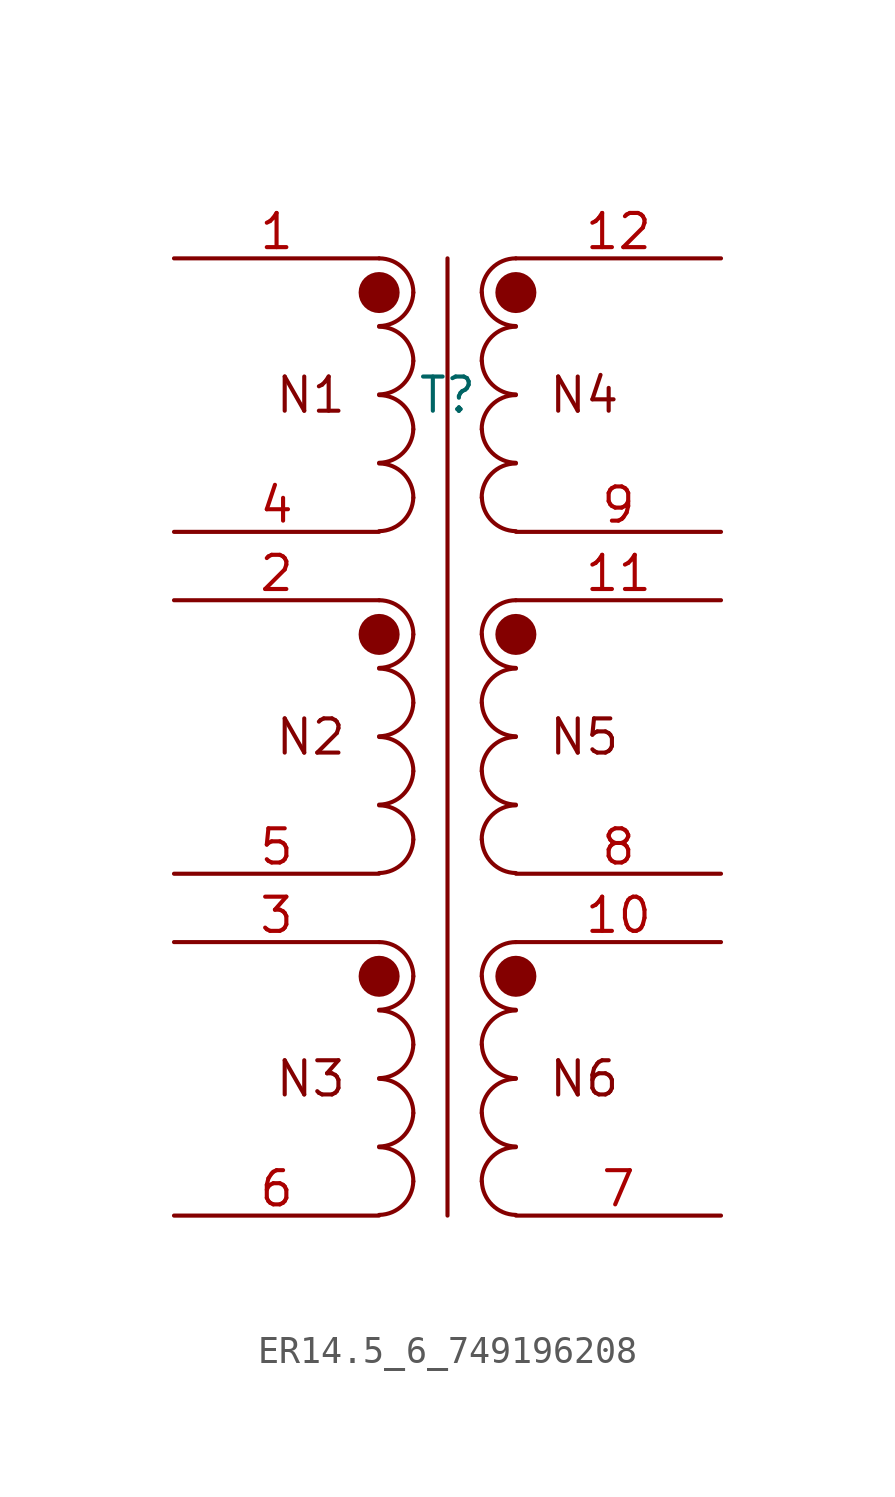
<source format=kicad_sym>
(kicad_symbol_lib
  (version 20220914)
  (generator kicad_symbol_editor)
  (symbol "ER14.5_6_749196208"
    (pin_names hide)
    (property "Reference" "T"
      (at 0 12.7 0)
      (effects (font (size 1.27 1.27))))
    (property "Critical Parameter" ""
      (at 0 -5.08 0)
      (effects (font (size 1.27 1.27)) (justify left)))
    (symbol "ER14.5_6_749196208_0_1"
      (arc (start -2.54 -17.7546) (mid -1.6561 -17.3863) (end -1.27 -16.51) (stroke (width 0) (type default)) (fill (type none)))
      (arc (start -2.54 -15.2146) (mid -1.6561 -14.8463) (end -1.27 -13.97) (stroke (width 0) (type default)) (fill (type none)))
      (arc (start -2.54 -12.6746) (mid -1.6561 -12.3063) (end -1.27 -11.43) (stroke (width 0) (type default)) (fill (type none)))
      (arc (start -2.54 -10.1346) (mid -1.6561 -9.7663) (end -1.27 -8.89) (stroke (width 0) (type default)) (fill (type none)))
      (arc (start -2.54 -5.0546) (mid -1.6561 -4.6863) (end -1.27 -3.81) (stroke (width 0) (type default)) (fill (type none)))
      (arc (start -2.54 -2.5146) (mid -1.6561 -2.1463) (end -1.27 -1.27) (stroke (width 0) (type default)) (fill (type none)))
      (arc (start -2.54 0.0254) (mid -1.6561 0.3937) (end -1.27 1.27) (stroke (width 0) (type default)) (fill (type none)))
      (arc (start -2.54 2.5654) (mid -1.6561 2.9337) (end -1.27 3.81) (stroke (width 0) (type default)) (fill (type none)))
      (arc (start -2.54 7.6454) (mid -1.6561 8.0137) (end -1.27 8.89) (stroke (width 0) (type default)) (fill (type none)))
      (arc (start -2.54 10.1854) (mid -1.6561 10.5537) (end -1.27 11.43) (stroke (width 0) (type default)) (fill (type none)))
      (arc (start -2.54 12.7254) (mid -1.6561 13.0937) (end -1.27 13.97) (stroke (width 0) (type default)) (fill (type none)))
      (arc (start -2.54 15.2654) (mid -1.6561 15.6337) (end -1.27 16.51) (stroke (width 0) (type default)) (fill (type none)))
      (arc (start -1.27 -16.51) (mid -1.642 -15.612) (end -2.54 -15.24) (stroke (width 0) (type default)) (fill (type none)))
      (arc (start -1.27 -13.97) (mid -1.642 -13.072) (end -2.54 -12.7) (stroke (width 0) (type default)) (fill (type none)))
      (arc (start -1.27 -11.43) (mid -1.642 -10.532) (end -2.54 -10.16) (stroke (width 0) (type default)) (fill (type none)))
      (arc (start -1.27 -8.89) (mid -1.642 -7.992) (end -2.54 -7.62) (stroke (width 0) (type default)) (fill (type none)))
      (arc (start -1.27 -3.81) (mid -1.642 -2.912) (end -2.54 -2.54) (stroke (width 0) (type default)) (fill (type none)))
      (arc (start -1.27 -1.27) (mid -1.642 -0.372) (end -2.54 0) (stroke (width 0) (type default)) (fill (type none)))
      (arc (start -1.27 1.27) (mid -1.642 2.168) (end -2.54 2.54) (stroke (width 0) (type default)) (fill (type none)))
      (arc (start -1.27 3.81) (mid -1.642 4.708) (end -2.54 5.08) (stroke (width 0) (type default)) (fill (type none)))
      (arc (start -1.27 8.89) (mid -1.642 9.788) (end -2.54 10.16) (stroke (width 0) (type default)) (fill (type none)))
      (arc (start -1.27 11.43) (mid -1.642 12.328) (end -2.54 12.7) (stroke (width 0) (type default)) (fill (type none)))
      (arc (start -1.27 13.97) (mid -1.642 14.868) (end -2.54 15.24) (stroke (width 0) (type default)) (fill (type none)))
      (arc (start -1.27 16.51) (mid -1.642 17.408) (end -2.54 17.78) (stroke (width 0) (type default)) (fill (type none)))
      (polyline (pts (xy 0 -17.78) (xy 0 17.78)) (stroke (width 0) (type default)) (fill (type none)))
      (arc (start 1.27 -16.51) (mid 1.6561 -17.3863) (end 2.54 -17.7546) (stroke (width 0) (type default)) (fill (type none)))
      (arc (start 1.27 -13.97) (mid 1.6561 -14.8463) (end 2.54 -15.2146) (stroke (width 0) (type default)) (fill (type none)))
      (arc (start 1.27 -11.43) (mid 1.6561 -12.3063) (end 2.54 -12.6746) (stroke (width 0) (type default)) (fill (type none)))
      (arc (start 1.27 -8.89) (mid 1.6561 -9.7663) (end 2.54 -10.1346) (stroke (width 0) (type default)) (fill (type none)))
      (arc (start 1.27 -3.81) (mid 1.6561 -4.6863) (end 2.54 -5.0546) (stroke (width 0) (type default)) (fill (type none)))
      (arc (start 1.27 -1.27) (mid 1.6561 -2.1463) (end 2.54 -2.5146) (stroke (width 0) (type default)) (fill (type none)))
      (arc (start 1.27 1.27) (mid 1.6561 0.3937) (end 2.54 0.0254) (stroke (width 0) (type default)) (fill (type none)))
      (arc (start 1.27 3.81) (mid 1.6561 2.9337) (end 2.54 2.5654) (stroke (width 0) (type default)) (fill (type none)))
      (arc (start 1.27 8.89) (mid 1.6561 8.0137) (end 2.54 7.6454) (stroke (width 0) (type default)) (fill (type none)))
      (arc (start 1.27 11.43) (mid 1.6561 10.5537) (end 2.54 10.1854) (stroke (width 0) (type default)) (fill (type none)))
      (arc (start 1.27 13.97) (mid 1.6561 13.0937) (end 2.54 12.7254) (stroke (width 0) (type default)) (fill (type none)))
      (arc (start 1.27 16.51) (mid 1.6561 15.6337) (end 2.54 15.2654) (stroke (width 0) (type default)) (fill (type none)))
      (arc (start 2.54 -15.24) (mid 1.642 -15.612) (end 1.27 -16.51) (stroke (width 0) (type default)) (fill (type none)))
      (arc (start 2.54 -12.7) (mid 1.642 -13.072) (end 1.27 -13.97) (stroke (width 0) (type default)) (fill (type none)))
      (arc (start 2.54 -10.16) (mid 1.642 -10.532) (end 1.27 -11.43) (stroke (width 0) (type default)) (fill (type none)))
      (arc (start 2.54 -7.62) (mid 1.642 -7.992) (end 1.27 -8.89) (stroke (width 0) (type default)) (fill (type none)))
      (arc (start 2.54 -2.54) (mid 1.642 -2.912) (end 1.27 -3.81) (stroke (width 0) (type default)) (fill (type none)))
      (arc (start 2.54 0) (mid 1.642 -0.372) (end 1.27 -1.27) (stroke (width 0) (type default)) (fill (type none)))
      (arc (start 2.54 2.54) (mid 1.642 2.168) (end 1.27 1.27) (stroke (width 0) (type default)) (fill (type none)))
      (arc (start 2.54 5.08) (mid 1.642 4.708) (end 1.27 3.81) (stroke (width 0) (type default)) (fill (type none)))
      (arc (start 2.54 10.16) (mid 1.642 9.788) (end 1.27 8.89) (stroke (width 0) (type default)) (fill (type none)))
      (arc (start 2.54 12.7) (mid 1.642 12.328) (end 1.27 11.43) (stroke (width 0) (type default)) (fill (type none)))
      (arc (start 2.54 15.24) (mid 1.642 14.868) (end 1.27 13.97) (stroke (width 0) (type default)) (fill (type none)))
      (arc (start 2.54 17.78) (mid 1.642 17.408) (end 1.27 16.51) (stroke (width 0) (type default)) (fill (type none))))
    (symbol "ER14.5_6_749196208_1_1"
      (circle (center -2.54 -8.89) (radius 0.0001) (stroke (width 0.762) (type default)) (fill (type none)))
      (circle (center -2.54 3.81) (radius 0.0001) (stroke (width 0.762) (type default)) (fill (type none)))
      (circle (center -2.54 16.51) (radius 0.0001) (stroke (width 0.762) (type default)) (fill (type none)))
      (circle (center 2.54 -8.89) (radius 0.0001) (stroke (width 0.762) (type default)) (fill (type none)))
      (circle (center 2.54 3.81) (radius 0.0001) (stroke (width 0.762) (type default)) (fill (type none)))
      (circle (center 2.54 16.51) (radius 0.0001) (stroke (width 0.762) (type default)) (fill (type none)))
      (text "N1" (at -5.08 12.7 0) (effects (font (size 1.27 1.27))))
      (text "N2" (at -5.08 0 0) (effects (font (size 1.27 1.27))))
      (text "N3" (at -5.08 -12.7 0) (effects (font (size 1.27 1.27))))
      (text "N4" (at 5.08 12.7 0) (effects (font (size 1.27 1.27))))
      (text "N5" (at 5.08 0 0) (effects (font (size 1.27 1.27))))
      (text "N6" (at 5.08 -12.7 0) (effects (font (size 1.27 1.27))))
      (pin passive line (at -10.16 17.78 0) (length 7.62) (name "1" (effects (font (size 1.27 1.27)))) (number "1" (effects (font (size 1.27 1.27)))))
      (pin passive line (at -10.16 7.62 0) (length 7.62) (name "4" (effects (font (size 1.27 1.27)))) (number "4" (effects (font (size 1.27 1.27)))))
      (pin passive line (at -10.16 5.08 0) (length 7.62) (name "2" (effects (font (size 1.27 1.27)))) (number "2" (effects (font (size 1.27 1.27)))))
      (pin passive line (at -10.16 -5.08 0) (length 7.62) (name "5" (effects (font (size 1.27 1.27)))) (number "5" (effects (font (size 1.27 1.27)))))
      (pin passive line (at -10.16 -7.62 0) (length 7.62) (name "3" (effects (font (size 1.27 1.27)))) (number "3" (effects (font (size 1.27 1.27)))))
      (pin passive line (at -10.16 -17.78 0) (length 7.62) (name "6" (effects (font (size 1.27 1.27)))) (number "6" (effects (font (size 1.27 1.27)))))
      (pin passive line (at 10.16 -17.78 180) (length 7.62) (name "7" (effects (font (size 1.27 1.27)))) (number "7" (effects (font (size 1.27 1.27)))))
      (pin passive line (at 10.16 -7.62 180) (length 7.62) (name "10" (effects (font (size 1.27 1.27)))) (number "10" (effects (font (size 1.27 1.27)))))
      (pin passive line (at 10.16 -5.08 180) (length 7.62) (name "8" (effects (font (size 1.27 1.27)))) (number "8" (effects (font (size 1.27 1.27)))))
      (pin passive line (at 10.16 5.08 180) (length 7.62) (name "11" (effects (font (size 1.27 1.27)))) (number "11" (effects (font (size 1.27 1.27)))))
      (pin passive line (at 10.16 7.62 180) (length 7.62) (name "9" (effects (font (size 1.27 1.27)))) (number "9" (effects (font (size 1.27 1.27)))))
      (pin passive line (at 10.16 17.78 180) (length 7.62) (name "12" (effects (font (size 1.27 1.27)))) (number "12" (effects (font (size 1.27 1.27))))))))
</source>
